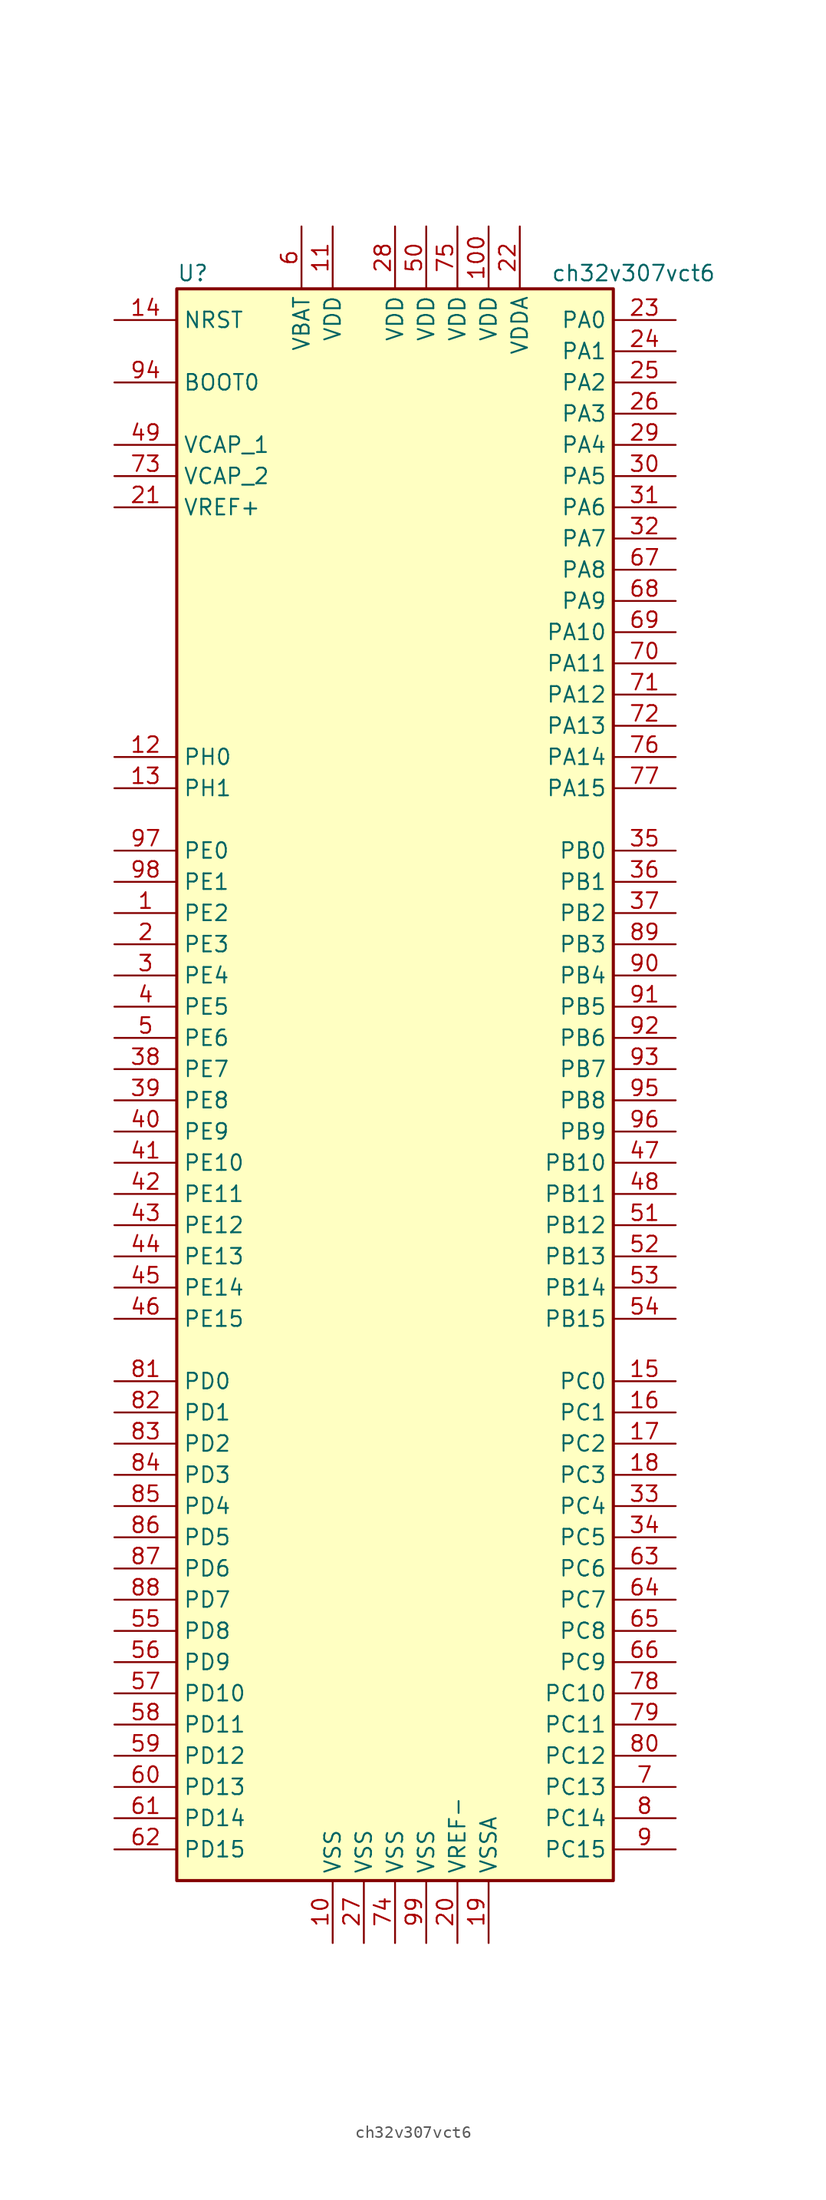
<source format=kicad_sym>
(kicad_symbol_lib
  (version 20211014)
  (generator kicad_symbol_editor)
  (symbol "ch32v307vct6"
    (property "Reference" "U"
      (at -17.78 64.77 0)
      (effects (font (size 1.27 1.27)) (justify left)))
    (property "Value" "ch32v307vct6"
      (at 12.7 64.77 0)
      (effects (font (size 1.27 1.27)) (justify left)))
    (symbol "ch32v307vct6_0_1"
      (rectangle (start -17.78 -66.04) (end 17.78 63.5) (stroke (width 0.254) (type default) (color 0 0 0 0)) (fill (type background))))
    (symbol "ch32v307vct6_1_1"
      (pin bidirectional line (at -22.86 12.7 0) (length 5.08) (name "PE2" (effects (font (size 1.27 1.27)))) (number "1" (effects (font (size 1.27 1.27)))))
      (pin power_in line (at -5.08 -71.12 90) (length 5.08) (name "VSS" (effects (font (size 1.27 1.27)))) (number "10" (effects (font (size 1.27 1.27)))))
      (pin power_in line (at 7.62 68.58 270) (length 5.08) (name "VDD" (effects (font (size 1.27 1.27)))) (number "100" (effects (font (size 1.27 1.27)))))
      (pin power_in line (at -5.08 68.58 270) (length 5.08) (name "VDD" (effects (font (size 1.27 1.27)))) (number "11" (effects (font (size 1.27 1.27)))))
      (pin input line (at -22.86 25.4 0) (length 5.08) (name "PH0" (effects (font (size 1.27 1.27)))) (number "12" (effects (font (size 1.27 1.27)))))
      (pin input line (at -22.86 22.86 0) (length 5.08) (name "PH1" (effects (font (size 1.27 1.27)))) (number "13" (effects (font (size 1.27 1.27)))))
      (pin input line (at -22.86 60.96 0) (length 5.08) (name "NRST" (effects (font (size 1.27 1.27)))) (number "14" (effects (font (size 1.27 1.27)))))
      (pin bidirectional line (at 22.86 -25.4 180) (length 5.08) (name "PC0" (effects (font (size 1.27 1.27)))) (number "15" (effects (font (size 1.27 1.27)))))
      (pin bidirectional line (at 22.86 -27.94 180) (length 5.08) (name "PC1" (effects (font (size 1.27 1.27)))) (number "16" (effects (font (size 1.27 1.27)))))
      (pin bidirectional line (at 22.86 -30.48 180) (length 5.08) (name "PC2" (effects (font (size 1.27 1.27)))) (number "17" (effects (font (size 1.27 1.27)))))
      (pin bidirectional line (at 22.86 -33.02 180) (length 5.08) (name "PC3" (effects (font (size 1.27 1.27)))) (number "18" (effects (font (size 1.27 1.27)))))
      (pin power_in line (at 7.62 -71.12 90) (length 5.08) (name "VSSA" (effects (font (size 1.27 1.27)))) (number "19" (effects (font (size 1.27 1.27)))))
      (pin bidirectional line (at -22.86 10.16 0) (length 5.08) (name "PE3" (effects (font (size 1.27 1.27)))) (number "2" (effects (font (size 1.27 1.27)))))
      (pin power_in line (at 5.08 -71.12 90) (length 5.08) (name "VREF-" (effects (font (size 1.27 1.27)))) (number "20" (effects (font (size 1.27 1.27)))))
      (pin power_in line (at -22.86 45.72 0) (length 5.08) (name "VREF+" (effects (font (size 1.27 1.27)))) (number "21" (effects (font (size 1.27 1.27)))))
      (pin power_in line (at 10.16 68.58 270) (length 5.08) (name "VDDA" (effects (font (size 1.27 1.27)))) (number "22" (effects (font (size 1.27 1.27)))))
      (pin bidirectional line (at 22.86 60.96 180) (length 5.08) (name "PA0" (effects (font (size 1.27 1.27)))) (number "23" (effects (font (size 1.27 1.27)))))
      (pin bidirectional line (at 22.86 58.42 180) (length 5.08) (name "PA1" (effects (font (size 1.27 1.27)))) (number "24" (effects (font (size 1.27 1.27)))))
      (pin bidirectional line (at 22.86 55.88 180) (length 5.08) (name "PA2" (effects (font (size 1.27 1.27)))) (number "25" (effects (font (size 1.27 1.27)))))
      (pin bidirectional line (at 22.86 53.34 180) (length 5.08) (name "PA3" (effects (font (size 1.27 1.27)))) (number "26" (effects (font (size 1.27 1.27)))))
      (pin power_in line (at -2.54 -71.12 90) (length 5.08) (name "VSS" (effects (font (size 1.27 1.27)))) (number "27" (effects (font (size 1.27 1.27)))))
      (pin power_in line (at 0 68.58 270) (length 5.08) (name "VDD" (effects (font (size 1.27 1.27)))) (number "28" (effects (font (size 1.27 1.27)))))
      (pin bidirectional line (at 22.86 50.8 180) (length 5.08) (name "PA4" (effects (font (size 1.27 1.27)))) (number "29" (effects (font (size 1.27 1.27)))))
      (pin bidirectional line (at -22.86 7.62 0) (length 5.08) (name "PE4" (effects (font (size 1.27 1.27)))) (number "3" (effects (font (size 1.27 1.27)))))
      (pin bidirectional line (at 22.86 48.26 180) (length 5.08) (name "PA5" (effects (font (size 1.27 1.27)))) (number "30" (effects (font (size 1.27 1.27)))))
      (pin bidirectional line (at 22.86 45.72 180) (length 5.08) (name "PA6" (effects (font (size 1.27 1.27)))) (number "31" (effects (font (size 1.27 1.27)))))
      (pin bidirectional line (at 22.86 43.18 180) (length 5.08) (name "PA7" (effects (font (size 1.27 1.27)))) (number "32" (effects (font (size 1.27 1.27)))))
      (pin bidirectional line (at 22.86 -35.56 180) (length 5.08) (name "PC4" (effects (font (size 1.27 1.27)))) (number "33" (effects (font (size 1.27 1.27)))))
      (pin bidirectional line (at 22.86 -38.1 180) (length 5.08) (name "PC5" (effects (font (size 1.27 1.27)))) (number "34" (effects (font (size 1.27 1.27)))))
      (pin bidirectional line (at 22.86 17.78 180) (length 5.08) (name "PB0" (effects (font (size 1.27 1.27)))) (number "35" (effects (font (size 1.27 1.27)))))
      (pin bidirectional line (at 22.86 15.24 180) (length 5.08) (name "PB1" (effects (font (size 1.27 1.27)))) (number "36" (effects (font (size 1.27 1.27)))))
      (pin bidirectional line (at 22.86 12.7 180) (length 5.08) (name "PB2" (effects (font (size 1.27 1.27)))) (number "37" (effects (font (size 1.27 1.27)))))
      (pin bidirectional line (at -22.86 0 0) (length 5.08) (name "PE7" (effects (font (size 1.27 1.27)))) (number "38" (effects (font (size 1.27 1.27)))))
      (pin bidirectional line (at -22.86 -2.54 0) (length 5.08) (name "PE8" (effects (font (size 1.27 1.27)))) (number "39" (effects (font (size 1.27 1.27)))))
      (pin bidirectional line (at -22.86 5.08 0) (length 5.08) (name "PE5" (effects (font (size 1.27 1.27)))) (number "4" (effects (font (size 1.27 1.27)))))
      (pin bidirectional line (at -22.86 -5.08 0) (length 5.08) (name "PE9" (effects (font (size 1.27 1.27)))) (number "40" (effects (font (size 1.27 1.27)))))
      (pin bidirectional line (at -22.86 -7.62 0) (length 5.08) (name "PE10" (effects (font (size 1.27 1.27)))) (number "41" (effects (font (size 1.27 1.27)))))
      (pin bidirectional line (at -22.86 -10.16 0) (length 5.08) (name "PE11" (effects (font (size 1.27 1.27)))) (number "42" (effects (font (size 1.27 1.27)))))
      (pin bidirectional line (at -22.86 -12.7 0) (length 5.08) (name "PE12" (effects (font (size 1.27 1.27)))) (number "43" (effects (font (size 1.27 1.27)))))
      (pin bidirectional line (at -22.86 -15.24 0) (length 5.08) (name "PE13" (effects (font (size 1.27 1.27)))) (number "44" (effects (font (size 1.27 1.27)))))
      (pin bidirectional line (at -22.86 -17.78 0) (length 5.08) (name "PE14" (effects (font (size 1.27 1.27)))) (number "45" (effects (font (size 1.27 1.27)))))
      (pin bidirectional line (at -22.86 -20.32 0) (length 5.08) (name "PE15" (effects (font (size 1.27 1.27)))) (number "46" (effects (font (size 1.27 1.27)))))
      (pin bidirectional line (at 22.86 -7.62 180) (length 5.08) (name "PB10" (effects (font (size 1.27 1.27)))) (number "47" (effects (font (size 1.27 1.27)))))
      (pin bidirectional line (at 22.86 -10.16 180) (length 5.08) (name "PB11" (effects (font (size 1.27 1.27)))) (number "48" (effects (font (size 1.27 1.27)))))
      (pin power_in line (at -22.86 50.8 0) (length 5.08) (name "VCAP_1" (effects (font (size 1.27 1.27)))) (number "49" (effects (font (size 1.27 1.27)))))
      (pin bidirectional line (at -22.86 2.54 0) (length 5.08) (name "PE6" (effects (font (size 1.27 1.27)))) (number "5" (effects (font (size 1.27 1.27)))))
      (pin power_in line (at 2.54 68.58 270) (length 5.08) (name "VDD" (effects (font (size 1.27 1.27)))) (number "50" (effects (font (size 1.27 1.27)))))
      (pin bidirectional line (at 22.86 -12.7 180) (length 5.08) (name "PB12" (effects (font (size 1.27 1.27)))) (number "51" (effects (font (size 1.27 1.27)))))
      (pin bidirectional line (at 22.86 -15.24 180) (length 5.08) (name "PB13" (effects (font (size 1.27 1.27)))) (number "52" (effects (font (size 1.27 1.27)))))
      (pin bidirectional line (at 22.86 -17.78 180) (length 5.08) (name "PB14" (effects (font (size 1.27 1.27)))) (number "53" (effects (font (size 1.27 1.27)))))
      (pin bidirectional line (at 22.86 -20.32 180) (length 5.08) (name "PB15" (effects (font (size 1.27 1.27)))) (number "54" (effects (font (size 1.27 1.27)))))
      (pin bidirectional line (at -22.86 -45.72 0) (length 5.08) (name "PD8" (effects (font (size 1.27 1.27)))) (number "55" (effects (font (size 1.27 1.27)))))
      (pin bidirectional line (at -22.86 -48.26 0) (length 5.08) (name "PD9" (effects (font (size 1.27 1.27)))) (number "56" (effects (font (size 1.27 1.27)))))
      (pin bidirectional line (at -22.86 -50.8 0) (length 5.08) (name "PD10" (effects (font (size 1.27 1.27)))) (number "57" (effects (font (size 1.27 1.27)))))
      (pin bidirectional line (at -22.86 -53.34 0) (length 5.08) (name "PD11" (effects (font (size 1.27 1.27)))) (number "58" (effects (font (size 1.27 1.27)))))
      (pin bidirectional line (at -22.86 -55.88 0) (length 5.08) (name "PD12" (effects (font (size 1.27 1.27)))) (number "59" (effects (font (size 1.27 1.27)))))
      (pin power_in line (at -7.62 68.58 270) (length 5.08) (name "VBAT" (effects (font (size 1.27 1.27)))) (number "6" (effects (font (size 1.27 1.27)))))
      (pin bidirectional line (at -22.86 -58.42 0) (length 5.08) (name "PD13" (effects (font (size 1.27 1.27)))) (number "60" (effects (font (size 1.27 1.27)))))
      (pin bidirectional line (at -22.86 -60.96 0) (length 5.08) (name "PD14" (effects (font (size 1.27 1.27)))) (number "61" (effects (font (size 1.27 1.27)))))
      (pin bidirectional line (at -22.86 -63.5 0) (length 5.08) (name "PD15" (effects (font (size 1.27 1.27)))) (number "62" (effects (font (size 1.27 1.27)))))
      (pin bidirectional line (at 22.86 -40.64 180) (length 5.08) (name "PC6" (effects (font (size 1.27 1.27)))) (number "63" (effects (font (size 1.27 1.27)))))
      (pin bidirectional line (at 22.86 -43.18 180) (length 5.08) (name "PC7" (effects (font (size 1.27 1.27)))) (number "64" (effects (font (size 1.27 1.27)))))
      (pin bidirectional line (at 22.86 -45.72 180) (length 5.08) (name "PC8" (effects (font (size 1.27 1.27)))) (number "65" (effects (font (size 1.27 1.27)))))
      (pin bidirectional line (at 22.86 -48.26 180) (length 5.08) (name "PC9" (effects (font (size 1.27 1.27)))) (number "66" (effects (font (size 1.27 1.27)))))
      (pin bidirectional line (at 22.86 40.64 180) (length 5.08) (name "PA8" (effects (font (size 1.27 1.27)))) (number "67" (effects (font (size 1.27 1.27)))))
      (pin bidirectional line (at 22.86 38.1 180) (length 5.08) (name "PA9" (effects (font (size 1.27 1.27)))) (number "68" (effects (font (size 1.27 1.27)))))
      (pin bidirectional line (at 22.86 35.56 180) (length 5.08) (name "PA10" (effects (font (size 1.27 1.27)))) (number "69" (effects (font (size 1.27 1.27)))))
      (pin bidirectional line (at 22.86 -58.42 180) (length 5.08) (name "PC13" (effects (font (size 1.27 1.27)))) (number "7" (effects (font (size 1.27 1.27)))))
      (pin bidirectional line (at 22.86 33.02 180) (length 5.08) (name "PA11" (effects (font (size 1.27 1.27)))) (number "70" (effects (font (size 1.27 1.27)))))
      (pin bidirectional line (at 22.86 30.48 180) (length 5.08) (name "PA12" (effects (font (size 1.27 1.27)))) (number "71" (effects (font (size 1.27 1.27)))))
      (pin bidirectional line (at 22.86 27.94 180) (length 5.08) (name "PA13" (effects (font (size 1.27 1.27)))) (number "72" (effects (font (size 1.27 1.27)))))
      (pin power_in line (at -22.86 48.26 0) (length 5.08) (name "VCAP_2" (effects (font (size 1.27 1.27)))) (number "73" (effects (font (size 1.27 1.27)))))
      (pin power_in line (at 0 -71.12 90) (length 5.08) (name "VSS" (effects (font (size 1.27 1.27)))) (number "74" (effects (font (size 1.27 1.27)))))
      (pin power_in line (at 5.08 68.58 270) (length 5.08) (name "VDD" (effects (font (size 1.27 1.27)))) (number "75" (effects (font (size 1.27 1.27)))))
      (pin bidirectional line (at 22.86 25.4 180) (length 5.08) (name "PA14" (effects (font (size 1.27 1.27)))) (number "76" (effects (font (size 1.27 1.27)))))
      (pin bidirectional line (at 22.86 22.86 180) (length 5.08) (name "PA15" (effects (font (size 1.27 1.27)))) (number "77" (effects (font (size 1.27 1.27)))))
      (pin bidirectional line (at 22.86 -50.8 180) (length 5.08) (name "PC10" (effects (font (size 1.27 1.27)))) (number "78" (effects (font (size 1.27 1.27)))))
      (pin bidirectional line (at 22.86 -53.34 180) (length 5.08) (name "PC11" (effects (font (size 1.27 1.27)))) (number "79" (effects (font (size 1.27 1.27)))))
      (pin bidirectional line (at 22.86 -60.96 180) (length 5.08) (name "PC14" (effects (font (size 1.27 1.27)))) (number "8" (effects (font (size 1.27 1.27)))))
      (pin bidirectional line (at 22.86 -55.88 180) (length 5.08) (name "PC12" (effects (font (size 1.27 1.27)))) (number "80" (effects (font (size 1.27 1.27)))))
      (pin bidirectional line (at -22.86 -25.4 0) (length 5.08) (name "PD0" (effects (font (size 1.27 1.27)))) (number "81" (effects (font (size 1.27 1.27)))))
      (pin bidirectional line (at -22.86 -27.94 0) (length 5.08) (name "PD1" (effects (font (size 1.27 1.27)))) (number "82" (effects (font (size 1.27 1.27)))))
      (pin bidirectional line (at -22.86 -30.48 0) (length 5.08) (name "PD2" (effects (font (size 1.27 1.27)))) (number "83" (effects (font (size 1.27 1.27)))))
      (pin bidirectional line (at -22.86 -33.02 0) (length 5.08) (name "PD3" (effects (font (size 1.27 1.27)))) (number "84" (effects (font (size 1.27 1.27)))))
      (pin bidirectional line (at -22.86 -35.56 0) (length 5.08) (name "PD4" (effects (font (size 1.27 1.27)))) (number "85" (effects (font (size 1.27 1.27)))))
      (pin bidirectional line (at -22.86 -38.1 0) (length 5.08) (name "PD5" (effects (font (size 1.27 1.27)))) (number "86" (effects (font (size 1.27 1.27)))))
      (pin bidirectional line (at -22.86 -40.64 0) (length 5.08) (name "PD6" (effects (font (size 1.27 1.27)))) (number "87" (effects (font (size 1.27 1.27)))))
      (pin bidirectional line (at -22.86 -43.18 0) (length 5.08) (name "PD7" (effects (font (size 1.27 1.27)))) (number "88" (effects (font (size 1.27 1.27)))))
      (pin bidirectional line (at 22.86 10.16 180) (length 5.08) (name "PB3" (effects (font (size 1.27 1.27)))) (number "89" (effects (font (size 1.27 1.27)))))
      (pin bidirectional line (at 22.86 -63.5 180) (length 5.08) (name "PC15" (effects (font (size 1.27 1.27)))) (number "9" (effects (font (size 1.27 1.27)))))
      (pin bidirectional line (at 22.86 7.62 180) (length 5.08) (name "PB4" (effects (font (size 1.27 1.27)))) (number "90" (effects (font (size 1.27 1.27)))))
      (pin bidirectional line (at 22.86 5.08 180) (length 5.08) (name "PB5" (effects (font (size 1.27 1.27)))) (number "91" (effects (font (size 1.27 1.27)))))
      (pin bidirectional line (at 22.86 2.54 180) (length 5.08) (name "PB6" (effects (font (size 1.27 1.27)))) (number "92" (effects (font (size 1.27 1.27)))))
      (pin bidirectional line (at 22.86 0 180) (length 5.08) (name "PB7" (effects (font (size 1.27 1.27)))) (number "93" (effects (font (size 1.27 1.27)))))
      (pin input line (at -22.86 55.88 0) (length 5.08) (name "BOOT0" (effects (font (size 1.27 1.27)))) (number "94" (effects (font (size 1.27 1.27)))))
      (pin bidirectional line (at 22.86 -2.54 180) (length 5.08) (name "PB8" (effects (font (size 1.27 1.27)))) (number "95" (effects (font (size 1.27 1.27)))))
      (pin bidirectional line (at 22.86 -5.08 180) (length 5.08) (name "PB9" (effects (font (size 1.27 1.27)))) (number "96" (effects (font (size 1.27 1.27)))))
      (pin bidirectional line (at -22.86 17.78 0) (length 5.08) (name "PE0" (effects (font (size 1.27 1.27)))) (number "97" (effects (font (size 1.27 1.27)))))
      (pin bidirectional line (at -22.86 15.24 0) (length 5.08) (name "PE1" (effects (font (size 1.27 1.27)))) (number "98" (effects (font (size 1.27 1.27)))))
      (pin power_in line (at 2.54 -71.12 90) (length 5.08) (name "VSS" (effects (font (size 1.27 1.27)))) (number "99" (effects (font (size 1.27 1.27))))))))
</source>
